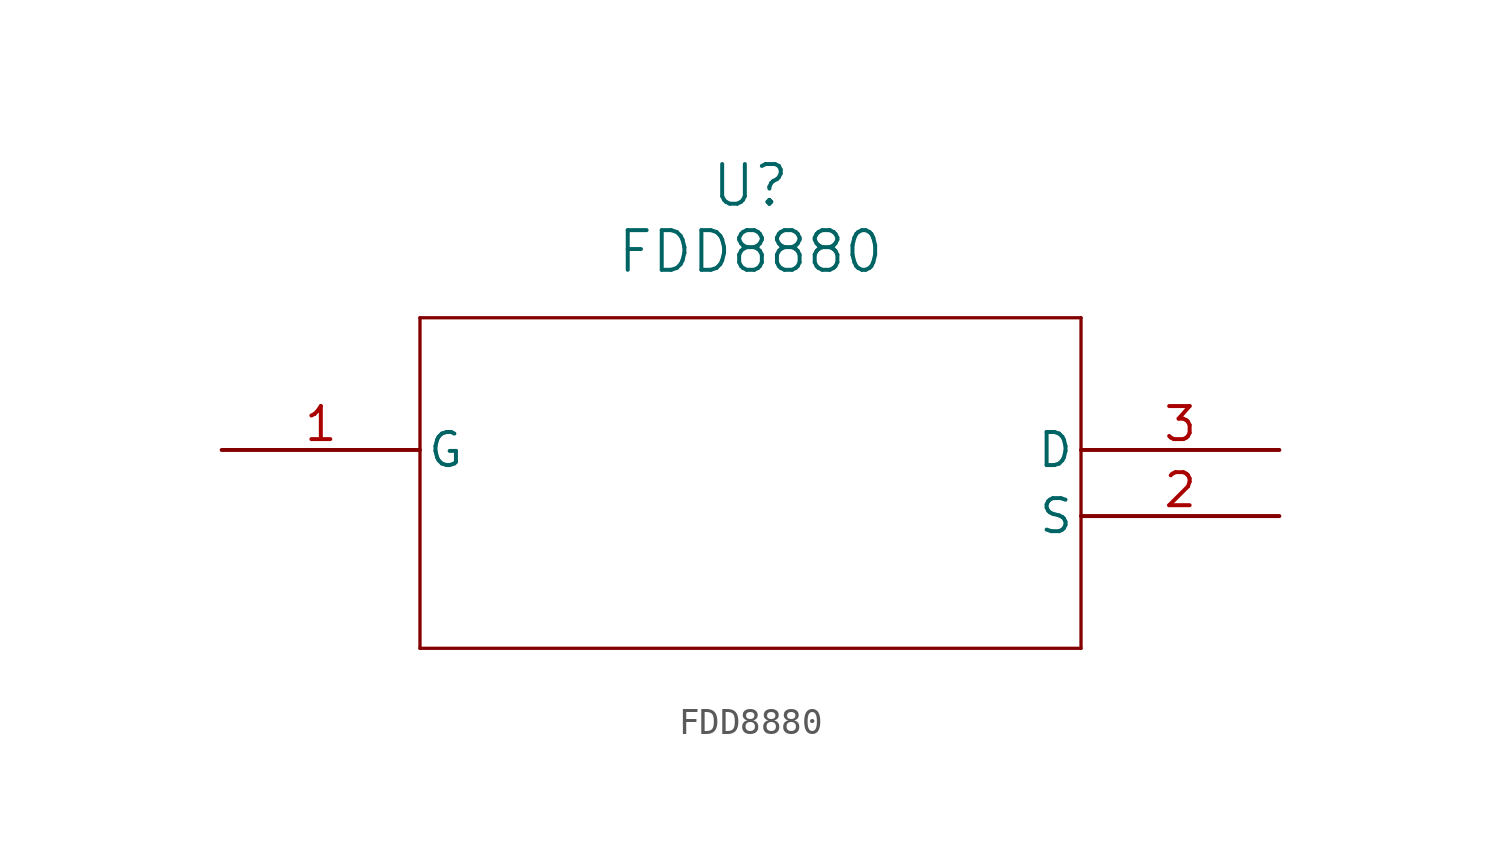
<source format=kicad_sym>
(kicad_symbol_lib
  (version 20211014)
  (generator kicad_symbol_editor)
  (symbol "FDD8880"
    (pin_names
      (offset 0.254))
    (property "Reference" "U"
      (at 20.32 10.16 0)
      (effects (font (size 1.524 1.524))))
    (property "Value" "FDD8880"
      (at 20.32 7.62 0)
      (effects (font (size 1.524 1.524))))
    (symbol "FDD8880_0_1"
      (polyline (pts (xy 7.62 5.08) (xy 7.62 -7.62)) (stroke (width 0.127) (type default) (color 0 0 0 0)) (fill (type none)))
      (polyline (pts (xy 7.62 -7.62) (xy 33.02 -7.62)) (stroke (width 0.127) (type default) (color 0 0 0 0)) (fill (type none)))
      (polyline (pts (xy 33.02 -7.62) (xy 33.02 5.08)) (stroke (width 0.127) (type default) (color 0 0 0 0)) (fill (type none)))
      (polyline (pts (xy 33.02 5.08) (xy 7.62 5.08)) (stroke (width 0.127) (type default) (color 0 0 0 0)) (fill (type none)))
      (pin unspecified line (at 0 0 0) (length 7.62) (name "G" (effects (font (size 1.27 1.27)))) (number "1" (effects (font (size 1.27 1.27)))))
      (pin unspecified line (at 40.64 -2.54 180) (length 7.62) (name "S" (effects (font (size 1.27 1.27)))) (number "2" (effects (font (size 1.27 1.27)))))
      (pin unspecified line (at 40.64 0 180) (length 7.62) (name "D" (effects (font (size 1.27 1.27)))) (number "3" (effects (font (size 1.27 1.27))))))))
</source>
